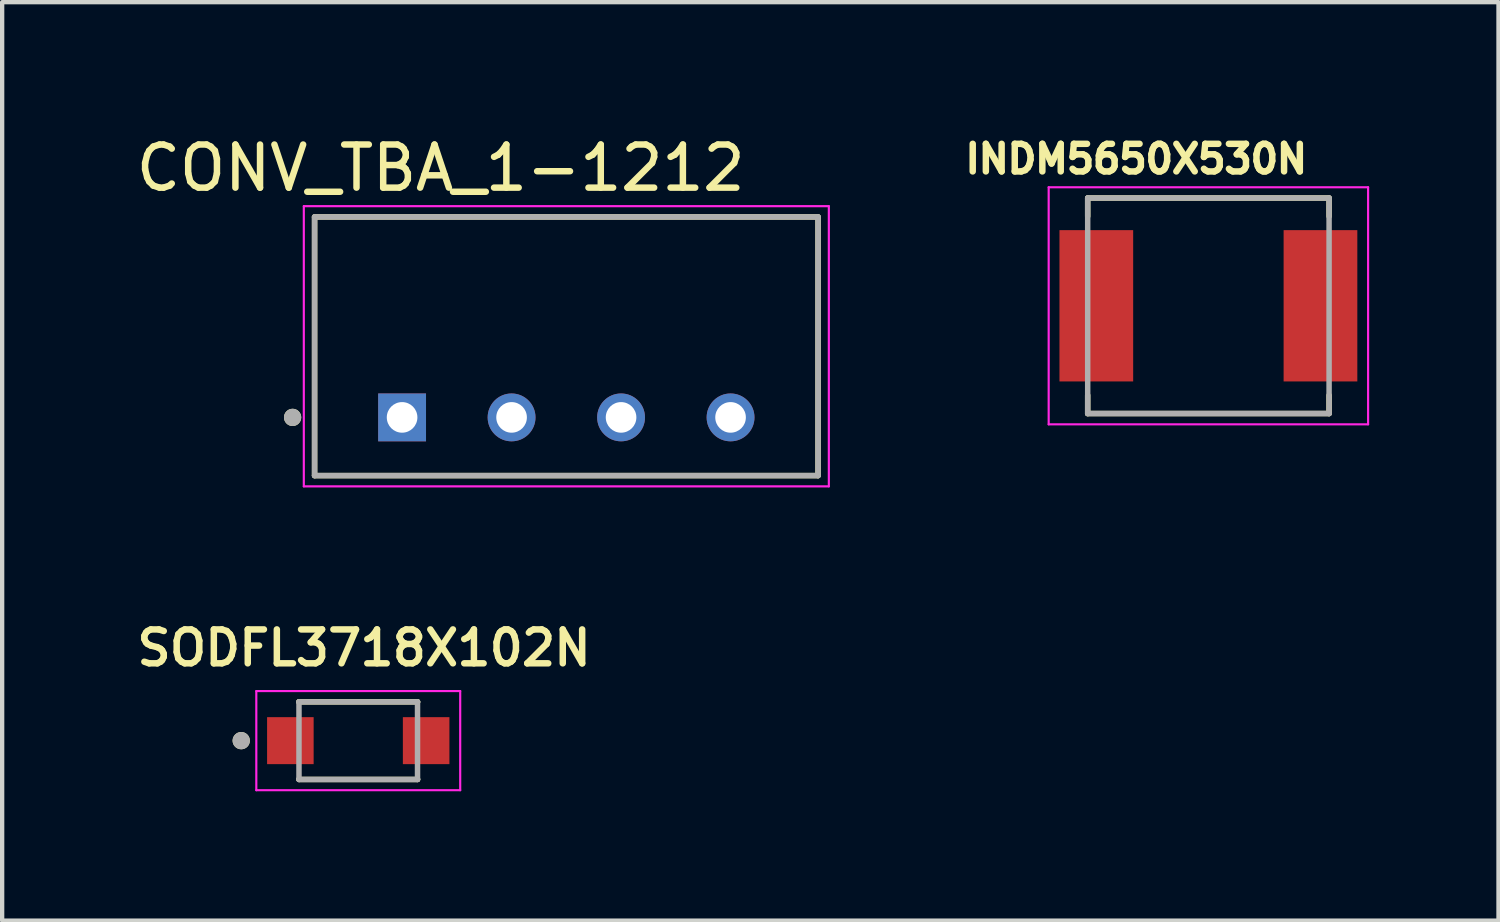
<source format=kicad_pcb>
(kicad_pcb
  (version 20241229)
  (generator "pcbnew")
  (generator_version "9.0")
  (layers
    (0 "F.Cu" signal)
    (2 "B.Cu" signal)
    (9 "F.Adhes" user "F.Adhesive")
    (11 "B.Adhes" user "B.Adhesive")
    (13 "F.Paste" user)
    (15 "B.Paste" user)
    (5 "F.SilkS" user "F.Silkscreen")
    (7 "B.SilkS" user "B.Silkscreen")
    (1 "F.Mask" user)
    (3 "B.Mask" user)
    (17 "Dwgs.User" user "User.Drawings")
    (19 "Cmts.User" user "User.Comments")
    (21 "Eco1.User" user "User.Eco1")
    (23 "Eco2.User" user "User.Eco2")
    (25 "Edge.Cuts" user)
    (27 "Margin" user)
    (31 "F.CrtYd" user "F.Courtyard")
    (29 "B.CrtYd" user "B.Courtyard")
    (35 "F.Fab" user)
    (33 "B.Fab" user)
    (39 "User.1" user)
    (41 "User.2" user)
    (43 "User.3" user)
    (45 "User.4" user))
  (footprint "SODFL3718X102N"
    (layer "F.Cu")
    (at 5.261 14.132)
    (property "Reference" "SODFL3718X102N" (at 0.135 -2.15 0) (layer "F.SilkS") (effects (font (size 0.787 0.787) (thickness 0.15))))
    (attr smd)
    (fp_line (start -1.375 -0.9) (end -1.375 -0.895) (stroke (width 0.127) (type solid)) (layer "F.SilkS"))
    (fp_line (start -1.375 0.9) (end -1.375 0.895) (stroke (width 0.127) (type solid)) (layer "F.SilkS"))
    (fp_line (start -1.375 0.9) (end 1.375 0.9) (stroke (width 0.127) (type solid)) (layer "F.SilkS"))
    (fp_line (start 1.375 -0.9) (end -1.375 -0.9) (stroke (width 0.127) (type solid)) (layer "F.SilkS"))
    (fp_line (start 1.375 -0.895) (end 1.375 -0.9) (stroke (width 0.127) (type solid)) (layer "F.SilkS"))
    (fp_line (start 1.375 0.9) (end 1.375 0.895) (stroke (width 0.127) (type solid)) (layer "F.SilkS"))
    (fp_circle (center -2.715 0) (end -2.615 0) (stroke (width 0.2) (type solid)) (fill no) (layer "F.SilkS"))
    (fp_line (start -2.365 -1.15) (end -2.365 1.15) (stroke (width 0.05) (type solid)) (layer "F.CrtYd"))
    (fp_line (start -2.365 1.15) (end 2.365 1.15) (stroke (width 0.05) (type solid)) (layer "F.CrtYd"))
    (fp_line (start 2.365 -1.15) (end -2.365 -1.15) (stroke (width 0.05) (type solid)) (layer "F.CrtYd"))
    (fp_line (start 2.365 1.15) (end 2.365 -1.15) (stroke (width 0.05) (type solid)) (layer "F.CrtYd"))
    (fp_line (start -1.375 -0.9) (end -1.375 0.9) (stroke (width 0.127) (type solid)) (layer "F.Fab"))
    (fp_line (start -1.375 0.9) (end 1.375 0.9) (stroke (width 0.127) (type solid)) (layer "F.Fab"))
    (fp_line (start 1.375 -0.9) (end -1.375 -0.9) (stroke (width 0.127) (type solid)) (layer "F.Fab"))
    (fp_line (start 1.375 0.9) (end 1.375 -0.9) (stroke (width 0.127) (type solid)) (layer "F.Fab"))
    (fp_circle (center -2.715 0) (end -2.615 0) (stroke (width 0.2) (type solid)) (fill no) (layer "F.Fab"))
    (pad "A" smd rect (at 1.575 0) (size 1.08 1.09) (layers "F.Cu" "F.Mask" "F.Paste"))
    (pad "C" smd rect (at -1.575 0) (size 1.08 1.09) (layers "F.Cu" "F.Mask" "F.Paste")))
  (footprint "INDM5650X530N"
    (layer "F.Cu")
    (at 24.983 4.044)
    (property "Reference" "INDM5650X530N" (at -1.673 -3.406 0) (layer "F.SilkS") (effects (font (size 0.64 0.64) (thickness 0.15))))
    (attr smd)
    (fp_line (start -2.8 -2.5) (end -2.8 -2.075) (stroke (width 0.127) (type solid)) (layer "F.SilkS"))
    (fp_line (start -2.8 -2.5) (end 2.8 -2.5) (stroke (width 0.127) (type solid)) (layer "F.SilkS"))
    (fp_line (start -2.8 2.5) (end -2.8 2.075) (stroke (width 0.127) (type solid)) (layer "F.SilkS"))
    (fp_line (start -2.8 2.5) (end 2.8 2.5) (stroke (width 0.127) (type solid)) (layer "F.SilkS"))
    (fp_line (start 2.8 -2.5) (end 2.8 -2.075) (stroke (width 0.127) (type solid)) (layer "F.SilkS"))
    (fp_line (start 2.8 2.5) (end 2.8 2.075) (stroke (width 0.127) (type solid)) (layer "F.SilkS"))
    (fp_line (start -3.705 -2.75) (end -3.705 2.75) (stroke (width 0.05) (type solid)) (layer "F.CrtYd"))
    (fp_line (start -3.705 2.75) (end 3.705 2.75) (stroke (width 0.05) (type solid)) (layer "F.CrtYd"))
    (fp_line (start 3.705 -2.75) (end -3.705 -2.75) (stroke (width 0.05) (type solid)) (layer "F.CrtYd"))
    (fp_line (start 3.705 2.75) (end 3.705 -2.75) (stroke (width 0.05) (type solid)) (layer "F.CrtYd"))
    (fp_line (start -2.8 -2.5) (end -2.8 2.5) (stroke (width 0.127) (type solid)) (layer "F.Fab"))
    (fp_line (start -2.8 -2.5) (end 2.8 -2.5) (stroke (width 0.127) (type solid)) (layer "F.Fab"))
    (fp_line (start -2.8 2.5) (end 2.8 2.5) (stroke (width 0.127) (type solid)) (layer "F.Fab"))
    (fp_line (start 2.8 -2.5) (end 2.8 2.5) (stroke (width 0.127) (type solid)) (layer "F.Fab"))
    (pad "1" smd rect (at -2.6 0) (size 1.71 3.51) (layers "F.Cu" "F.Mask" "F.Paste"))
    (pad "2" smd rect (at 2.6 0) (size 1.71 3.51) (layers "F.Cu" "F.Mask" "F.Paste")))
  (footprint "CONV_TBA_1-1212"
    (layer "F.Cu")
    (at 10.088 4.983)
    (property "Reference" "CONV_TBA_1-1212" (at -2.915 -4.135 0) (layer "F.SilkS") (effects (font (size 1 1) (thickness 0.15))))
    (attr through_hole)
    (fp_line (start -5.84 -3) (end 5.84 -3) (stroke (width 0.127) (type solid)) (layer "F.SilkS"))
    (fp_line (start -5.84 3) (end -5.84 -3) (stroke (width 0.127) (type solid)) (layer "F.SilkS"))
    (fp_line (start 5.84 -3) (end 5.84 3) (stroke (width 0.127) (type solid)) (layer "F.SilkS"))
    (fp_line (start 5.84 3) (end -5.84 3) (stroke (width 0.127) (type solid)) (layer "F.SilkS"))
    (fp_circle (center -6.35 1.65) (end -6.25 1.65) (stroke (width 0.2) (type solid)) (fill no) (layer "F.SilkS"))
    (fp_line (start -6.09 -3.25) (end -6.09 3.25) (stroke (width 0.05) (type solid)) (layer "F.CrtYd"))
    (fp_line (start -6.09 3.25) (end 6.09 3.25) (stroke (width 0.05) (type solid)) (layer "F.CrtYd"))
    (fp_line (start 6.09 -3.25) (end -6.09 -3.25) (stroke (width 0.05) (type solid)) (layer "F.CrtYd"))
    (fp_line (start 6.09 3.25) (end 6.09 -3.25) (stroke (width 0.05) (type solid)) (layer "F.CrtYd"))
    (fp_line (start -5.84 -3) (end 5.84 -3) (stroke (width 0.127) (type solid)) (layer "F.Fab"))
    (fp_line (start -5.84 3) (end -5.84 -3) (stroke (width 0.127) (type solid)) (layer "F.Fab"))
    (fp_line (start 5.84 -3) (end 5.84 3) (stroke (width 0.127) (type solid)) (layer "F.Fab"))
    (fp_line (start 5.84 3) (end -5.84 3) (stroke (width 0.127) (type solid)) (layer "F.Fab"))
    (fp_circle (center -6.35 1.65) (end -6.25 1.65) (stroke (width 0.2) (type solid)) (fill no) (layer "F.Fab"))
    (pad "1" thru_hole rect (at -3.81 1.65) (size 1.11 1.11) (drill 0.71) (layers "*.Cu" "*.Mask"))
    (pad "2" thru_hole circle (at -1.27 1.65) (size 1.11 1.11) (drill 0.71) (layers "*.Cu" "*.Mask"))
    (pad "3" thru_hole circle (at 1.27 1.65) (size 1.11 1.11) (drill 0.71) (layers "*.Cu" "*.Mask"))
    (pad "4" thru_hole circle (at 3.81 1.65) (size 1.11 1.11) (drill 0.71) (layers "*.Cu" "*.Mask")))
  (gr_rect
    (start -3 -3)
    (end 31.713 18.307)
    (stroke (width 0.1) (type default))
    (fill no)
    (layer "Edge.Cuts")))
</source>
